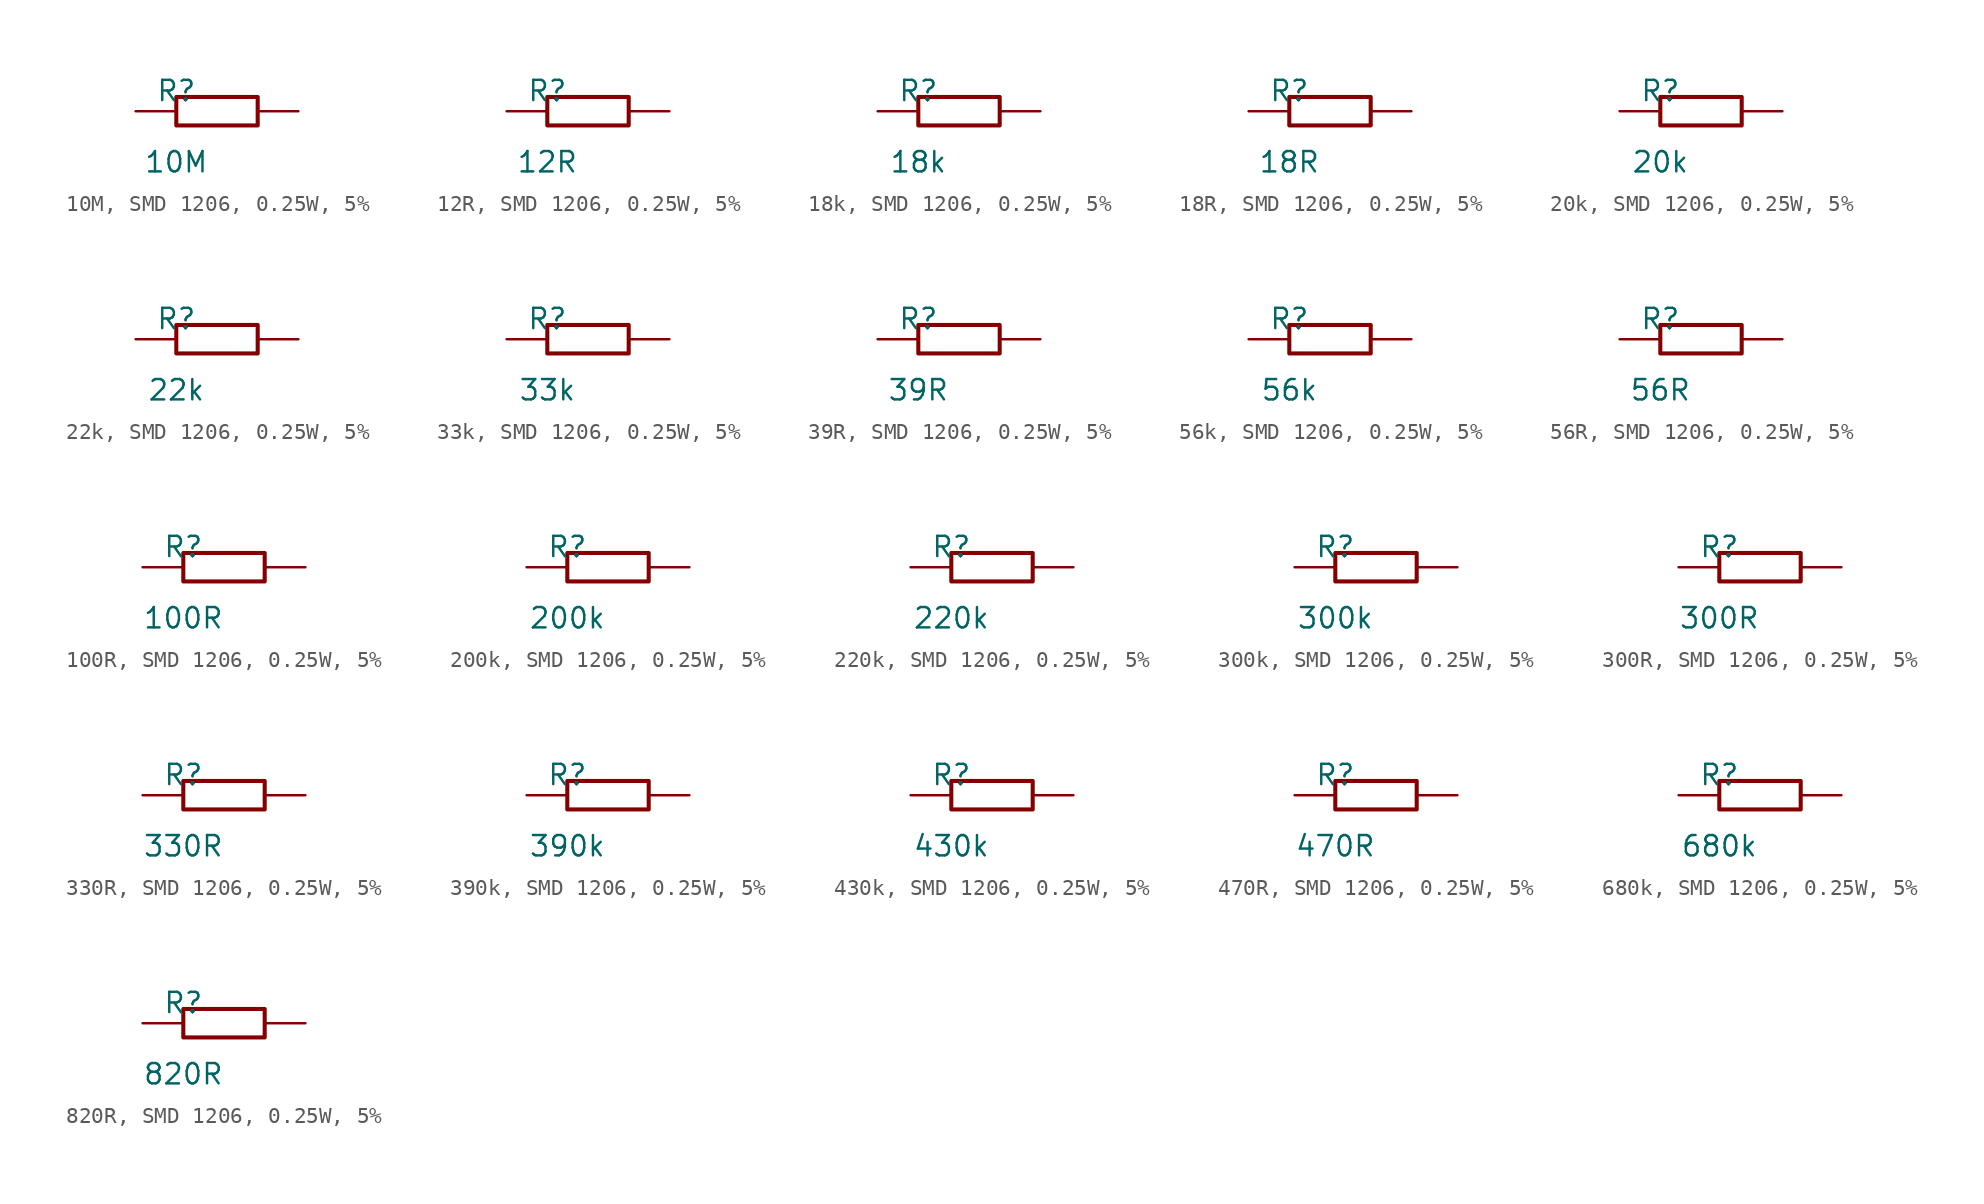
<source format=kicad_sym>
(kicad_symbol_lib
  (version 20241209)
  (generator "kicad_symbol_editor")
  (generator_version "9.0")
  (symbol "10M, SMD 1206, 0.25W, 5%"
    (pin_numbers
      (hide yes))
    (pin_names
      (offset 0)
      (hide yes))
    (property "Reference" "R"
      (at -2.54 1.27 0)
      (effects (font (size 1.27 1.27))))
    (property "Value" "10M"
      (at -2.54 -3.175 0)
      (effects (font (size 1.27 1.27))))
    (symbol "10M, SMD 1206, 0.25W, 5%_0_1"
      (rectangle (start -2.54 0.889) (end 2.54 -0.889) (stroke (width 0.254) (type default)) (fill (type none))))
    (symbol "10M, SMD 1206, 0.25W, 5%_1_1"
      (pin passive line (at -5.08 0 0) (length 2.54) (name "1" (effects (font (size 1.27 1.27)))) (number "1" (effects (font (size 1.27 1.27)))))
      (pin passive line (at 5.08 0 180) (length 2.54) (name "2" (effects (font (size 1.27 1.27)))) (number "2" (effects (font (size 1.27 1.27)))))))
  (symbol "12R, SMD 1206, 0.25W, 5%"
    (pin_numbers
      (hide yes))
    (pin_names
      (offset 0)
      (hide yes))
    (property "Reference" "R"
      (at -2.54 1.27 0)
      (effects (font (size 1.27 1.27))))
    (property "Value" "12R"
      (at -2.54 -3.175 0)
      (effects (font (size 1.27 1.27))))
    (symbol "12R, SMD 1206, 0.25W, 5%_0_1"
      (rectangle (start -2.54 0.889) (end 2.54 -0.889) (stroke (width 0.254) (type default)) (fill (type none))))
    (symbol "12R, SMD 1206, 0.25W, 5%_1_1"
      (pin passive line (at -5.08 0 0) (length 2.54) (name "1" (effects (font (size 1.27 1.27)))) (number "1" (effects (font (size 1.27 1.27)))))
      (pin passive line (at 5.08 0 180) (length 2.54) (name "2" (effects (font (size 1.27 1.27)))) (number "2" (effects (font (size 1.27 1.27)))))))
  (symbol "18k, SMD 1206, 0.25W, 5%"
    (pin_numbers
      (hide yes))
    (pin_names
      (offset 0)
      (hide yes))
    (property "Reference" "R"
      (at -2.54 1.27 0)
      (effects (font (size 1.27 1.27))))
    (property "Value" "18k"
      (at -2.54 -3.175 0)
      (effects (font (size 1.27 1.27))))
    (symbol "18k, SMD 1206, 0.25W, 5%_0_1"
      (rectangle (start -2.54 0.889) (end 2.54 -0.889) (stroke (width 0.254) (type default)) (fill (type none))))
    (symbol "18k, SMD 1206, 0.25W, 5%_1_1"
      (pin passive line (at -5.08 0 0) (length 2.54) (name "1" (effects (font (size 1.27 1.27)))) (number "1" (effects (font (size 1.27 1.27)))))
      (pin passive line (at 5.08 0 180) (length 2.54) (name "2" (effects (font (size 1.27 1.27)))) (number "2" (effects (font (size 1.27 1.27)))))))
  (symbol "18R, SMD 1206, 0.25W, 5%"
    (pin_numbers
      (hide yes))
    (pin_names
      (offset 0)
      (hide yes))
    (property "Reference" "R"
      (at -2.54 1.27 0)
      (effects (font (size 1.27 1.27))))
    (property "Value" "18R"
      (at -2.54 -3.175 0)
      (effects (font (size 1.27 1.27))))
    (symbol "18R, SMD 1206, 0.25W, 5%_0_1"
      (rectangle (start -2.54 0.889) (end 2.54 -0.889) (stroke (width 0.254) (type default)) (fill (type none))))
    (symbol "18R, SMD 1206, 0.25W, 5%_1_1"
      (pin passive line (at -5.08 0 0) (length 2.54) (name "1" (effects (font (size 1.27 1.27)))) (number "1" (effects (font (size 1.27 1.27)))))
      (pin passive line (at 5.08 0 180) (length 2.54) (name "2" (effects (font (size 1.27 1.27)))) (number "2" (effects (font (size 1.27 1.27)))))))
  (symbol "20k, SMD 1206, 0.25W, 5%"
    (pin_numbers
      (hide yes))
    (pin_names
      (offset 0)
      (hide yes))
    (property "Reference" "R"
      (at -2.54 1.27 0)
      (effects (font (size 1.27 1.27))))
    (property "Value" "20k"
      (at -2.54 -3.175 0)
      (effects (font (size 1.27 1.27))))
    (symbol "20k, SMD 1206, 0.25W, 5%_0_1"
      (rectangle (start -2.54 0.889) (end 2.54 -0.889) (stroke (width 0.254) (type default)) (fill (type none))))
    (symbol "20k, SMD 1206, 0.25W, 5%_1_1"
      (pin passive line (at -5.08 0 0) (length 2.54) (name "1" (effects (font (size 1.27 1.27)))) (number "1" (effects (font (size 1.27 1.27)))))
      (pin passive line (at 5.08 0 180) (length 2.54) (name "2" (effects (font (size 1.27 1.27)))) (number "2" (effects (font (size 1.27 1.27)))))))
  (symbol "22k, SMD 1206, 0.25W, 5%"
    (pin_numbers
      (hide yes))
    (pin_names
      (offset 0)
      (hide yes))
    (property "Reference" "R"
      (at -2.54 1.27 0)
      (effects (font (size 1.27 1.27))))
    (property "Value" "22k"
      (at -2.54 -3.175 0)
      (effects (font (size 1.27 1.27))))
    (symbol "22k, SMD 1206, 0.25W, 5%_0_1"
      (rectangle (start -2.54 0.889) (end 2.54 -0.889) (stroke (width 0.254) (type default)) (fill (type none))))
    (symbol "22k, SMD 1206, 0.25W, 5%_1_1"
      (pin passive line (at -5.08 0 0) (length 2.54) (name "1" (effects (font (size 1.27 1.27)))) (number "1" (effects (font (size 1.27 1.27)))))
      (pin passive line (at 5.08 0 180) (length 2.54) (name "2" (effects (font (size 1.27 1.27)))) (number "2" (effects (font (size 1.27 1.27)))))))
  (symbol "33k, SMD 1206, 0.25W, 5%"
    (pin_numbers
      (hide yes))
    (pin_names
      (offset 0)
      (hide yes))
    (property "Reference" "R"
      (at -2.54 1.27 0)
      (effects (font (size 1.27 1.27))))
    (property "Value" "33k"
      (at -2.54 -3.175 0)
      (effects (font (size 1.27 1.27))))
    (symbol "33k, SMD 1206, 0.25W, 5%_0_1"
      (rectangle (start -2.54 0.889) (end 2.54 -0.889) (stroke (width 0.254) (type default)) (fill (type none))))
    (symbol "33k, SMD 1206, 0.25W, 5%_1_1"
      (pin passive line (at -5.08 0 0) (length 2.54) (name "1" (effects (font (size 1.27 1.27)))) (number "1" (effects (font (size 1.27 1.27)))))
      (pin passive line (at 5.08 0 180) (length 2.54) (name "2" (effects (font (size 1.27 1.27)))) (number "2" (effects (font (size 1.27 1.27)))))))
  (symbol "39R, SMD 1206, 0.25W, 5%"
    (pin_numbers
      (hide yes))
    (pin_names
      (offset 0)
      (hide yes))
    (property "Reference" "R"
      (at -2.54 1.27 0)
      (effects (font (size 1.27 1.27))))
    (property "Value" "39R"
      (at -2.54 -3.175 0)
      (effects (font (size 1.27 1.27))))
    (symbol "39R, SMD 1206, 0.25W, 5%_0_1"
      (rectangle (start -2.54 0.889) (end 2.54 -0.889) (stroke (width 0.254) (type default)) (fill (type none))))
    (symbol "39R, SMD 1206, 0.25W, 5%_1_1"
      (pin passive line (at -5.08 0 0) (length 2.54) (name "1" (effects (font (size 1.27 1.27)))) (number "1" (effects (font (size 1.27 1.27)))))
      (pin passive line (at 5.08 0 180) (length 2.54) (name "2" (effects (font (size 1.27 1.27)))) (number "2" (effects (font (size 1.27 1.27)))))))
  (symbol "56k, SMD 1206, 0.25W, 5%"
    (pin_numbers
      (hide yes))
    (pin_names
      (offset 0)
      (hide yes))
    (property "Reference" "R"
      (at -2.54 1.27 0)
      (effects (font (size 1.27 1.27))))
    (property "Value" "56k"
      (at -2.54 -3.175 0)
      (effects (font (size 1.27 1.27))))
    (symbol "56k, SMD 1206, 0.25W, 5%_0_1"
      (rectangle (start -2.54 0.889) (end 2.54 -0.889) (stroke (width 0.254) (type default)) (fill (type none))))
    (symbol "56k, SMD 1206, 0.25W, 5%_1_1"
      (pin passive line (at -5.08 0 0) (length 2.54) (name "1" (effects (font (size 1.27 1.27)))) (number "1" (effects (font (size 1.27 1.27)))))
      (pin passive line (at 5.08 0 180) (length 2.54) (name "2" (effects (font (size 1.27 1.27)))) (number "2" (effects (font (size 1.27 1.27)))))))
  (symbol "56R, SMD 1206, 0.25W, 5%"
    (pin_numbers
      (hide yes))
    (pin_names
      (offset 0)
      (hide yes))
    (property "Reference" "R"
      (at -2.54 1.27 0)
      (effects (font (size 1.27 1.27))))
    (property "Value" "56R"
      (at -2.54 -3.175 0)
      (effects (font (size 1.27 1.27))))
    (symbol "56R, SMD 1206, 0.25W, 5%_0_1"
      (rectangle (start -2.54 0.889) (end 2.54 -0.889) (stroke (width 0.254) (type default)) (fill (type none))))
    (symbol "56R, SMD 1206, 0.25W, 5%_1_1"
      (pin passive line (at -5.08 0 0) (length 2.54) (name "1" (effects (font (size 1.27 1.27)))) (number "1" (effects (font (size 1.27 1.27)))))
      (pin passive line (at 5.08 0 180) (length 2.54) (name "2" (effects (font (size 1.27 1.27)))) (number "2" (effects (font (size 1.27 1.27)))))))
  (symbol "100R, SMD 1206, 0.25W, 5%"
    (pin_numbers
      (hide yes))
    (pin_names
      (offset 0)
      (hide yes))
    (property "Reference" "R"
      (at -2.54 1.27 0)
      (effects (font (size 1.27 1.27))))
    (property "Value" "100R"
      (at -2.54 -3.175 0)
      (effects (font (size 1.27 1.27))))
    (symbol "100R, SMD 1206, 0.25W, 5%_0_1"
      (rectangle (start -2.54 0.889) (end 2.54 -0.889) (stroke (width 0.254) (type default)) (fill (type none))))
    (symbol "100R, SMD 1206, 0.25W, 5%_1_1"
      (pin passive line (at -5.08 0 0) (length 2.54) (name "1" (effects (font (size 1.27 1.27)))) (number "1" (effects (font (size 1.27 1.27)))))
      (pin passive line (at 5.08 0 180) (length 2.54) (name "2" (effects (font (size 1.27 1.27)))) (number "2" (effects (font (size 1.27 1.27)))))))
  (symbol "200k, SMD 1206, 0.25W, 5%"
    (pin_numbers
      (hide yes))
    (pin_names
      (offset 0)
      (hide yes))
    (property "Reference" "R"
      (at -2.54 1.27 0)
      (effects (font (size 1.27 1.27))))
    (property "Value" "200k"
      (at -2.54 -3.175 0)
      (effects (font (size 1.27 1.27))))
    (symbol "200k, SMD 1206, 0.25W, 5%_0_1"
      (rectangle (start -2.54 0.889) (end 2.54 -0.889) (stroke (width 0.254) (type default)) (fill (type none))))
    (symbol "200k, SMD 1206, 0.25W, 5%_1_1"
      (pin passive line (at -5.08 0 0) (length 2.54) (name "1" (effects (font (size 1.27 1.27)))) (number "1" (effects (font (size 1.27 1.27)))))
      (pin passive line (at 5.08 0 180) (length 2.54) (name "2" (effects (font (size 1.27 1.27)))) (number "2" (effects (font (size 1.27 1.27)))))))
  (symbol "220k, SMD 1206, 0.25W, 5%"
    (pin_numbers
      (hide yes))
    (pin_names
      (offset 0)
      (hide yes))
    (property "Reference" "R"
      (at -2.54 1.27 0)
      (effects (font (size 1.27 1.27))))
    (property "Value" "220k"
      (at -2.54 -3.175 0)
      (effects (font (size 1.27 1.27))))
    (symbol "220k, SMD 1206, 0.25W, 5%_0_1"
      (rectangle (start -2.54 0.889) (end 2.54 -0.889) (stroke (width 0.254) (type default)) (fill (type none))))
    (symbol "220k, SMD 1206, 0.25W, 5%_1_1"
      (pin passive line (at -5.08 0 0) (length 2.54) (name "1" (effects (font (size 1.27 1.27)))) (number "1" (effects (font (size 1.27 1.27)))))
      (pin passive line (at 5.08 0 180) (length 2.54) (name "2" (effects (font (size 1.27 1.27)))) (number "2" (effects (font (size 1.27 1.27)))))))
  (symbol "300k, SMD 1206, 0.25W, 5%"
    (pin_numbers
      (hide yes))
    (pin_names
      (offset 0)
      (hide yes))
    (property "Reference" "R"
      (at -2.54 1.27 0)
      (effects (font (size 1.27 1.27))))
    (property "Value" "300k"
      (at -2.54 -3.175 0)
      (effects (font (size 1.27 1.27))))
    (symbol "300k, SMD 1206, 0.25W, 5%_0_1"
      (rectangle (start -2.54 0.889) (end 2.54 -0.889) (stroke (width 0.254) (type default)) (fill (type none))))
    (symbol "300k, SMD 1206, 0.25W, 5%_1_1"
      (pin passive line (at -5.08 0 0) (length 2.54) (name "1" (effects (font (size 1.27 1.27)))) (number "1" (effects (font (size 1.27 1.27)))))
      (pin passive line (at 5.08 0 180) (length 2.54) (name "2" (effects (font (size 1.27 1.27)))) (number "2" (effects (font (size 1.27 1.27)))))))
  (symbol "300R, SMD 1206, 0.25W, 5%"
    (pin_numbers
      (hide yes))
    (pin_names
      (offset 0)
      (hide yes))
    (property "Reference" "R"
      (at -2.54 1.27 0)
      (effects (font (size 1.27 1.27))))
    (property "Value" "300R"
      (at -2.54 -3.175 0)
      (effects (font (size 1.27 1.27))))
    (symbol "300R, SMD 1206, 0.25W, 5%_0_1"
      (rectangle (start -2.54 0.889) (end 2.54 -0.889) (stroke (width 0.254) (type default)) (fill (type none))))
    (symbol "300R, SMD 1206, 0.25W, 5%_1_1"
      (pin passive line (at -5.08 0 0) (length 2.54) (name "1" (effects (font (size 1.27 1.27)))) (number "1" (effects (font (size 1.27 1.27)))))
      (pin passive line (at 5.08 0 180) (length 2.54) (name "2" (effects (font (size 1.27 1.27)))) (number "2" (effects (font (size 1.27 1.27)))))))
  (symbol "330R, SMD 1206, 0.25W, 5%"
    (pin_numbers
      (hide yes))
    (pin_names
      (offset 0)
      (hide yes))
    (property "Reference" "R"
      (at -2.54 1.27 0)
      (effects (font (size 1.27 1.27))))
    (property "Value" "330R"
      (at -2.54 -3.175 0)
      (effects (font (size 1.27 1.27))))
    (symbol "330R, SMD 1206, 0.25W, 5%_0_1"
      (rectangle (start -2.54 0.889) (end 2.54 -0.889) (stroke (width 0.254) (type default)) (fill (type none))))
    (symbol "330R, SMD 1206, 0.25W, 5%_1_1"
      (pin passive line (at -5.08 0 0) (length 2.54) (name "1" (effects (font (size 1.27 1.27)))) (number "1" (effects (font (size 1.27 1.27)))))
      (pin passive line (at 5.08 0 180) (length 2.54) (name "2" (effects (font (size 1.27 1.27)))) (number "2" (effects (font (size 1.27 1.27)))))))
  (symbol "390k, SMD 1206, 0.25W, 5%"
    (pin_numbers
      (hide yes))
    (pin_names
      (offset 0)
      (hide yes))
    (property "Reference" "R"
      (at -2.54 1.27 0)
      (effects (font (size 1.27 1.27))))
    (property "Value" "390k"
      (at -2.54 -3.175 0)
      (effects (font (size 1.27 1.27))))
    (symbol "390k, SMD 1206, 0.25W, 5%_0_1"
      (rectangle (start -2.54 0.889) (end 2.54 -0.889) (stroke (width 0.254) (type default)) (fill (type none))))
    (symbol "390k, SMD 1206, 0.25W, 5%_1_1"
      (pin passive line (at -5.08 0 0) (length 2.54) (name "1" (effects (font (size 1.27 1.27)))) (number "1" (effects (font (size 1.27 1.27)))))
      (pin passive line (at 5.08 0 180) (length 2.54) (name "2" (effects (font (size 1.27 1.27)))) (number "2" (effects (font (size 1.27 1.27)))))))
  (symbol "430k, SMD 1206, 0.25W, 5%"
    (pin_numbers
      (hide yes))
    (pin_names
      (offset 0)
      (hide yes))
    (property "Reference" "R"
      (at -2.54 1.27 0)
      (effects (font (size 1.27 1.27))))
    (property "Value" "430k"
      (at -2.54 -3.175 0)
      (effects (font (size 1.27 1.27))))
    (symbol "430k, SMD 1206, 0.25W, 5%_0_1"
      (rectangle (start -2.54 0.889) (end 2.54 -0.889) (stroke (width 0.254) (type default)) (fill (type none))))
    (symbol "430k, SMD 1206, 0.25W, 5%_1_1"
      (pin passive line (at -5.08 0 0) (length 2.54) (name "1" (effects (font (size 1.27 1.27)))) (number "1" (effects (font (size 1.27 1.27)))))
      (pin passive line (at 5.08 0 180) (length 2.54) (name "2" (effects (font (size 1.27 1.27)))) (number "2" (effects (font (size 1.27 1.27)))))))
  (symbol "470R, SMD 1206, 0.25W, 5%"
    (pin_numbers
      (hide yes))
    (pin_names
      (offset 0)
      (hide yes))
    (property "Reference" "R"
      (at -2.54 1.27 0)
      (effects (font (size 1.27 1.27))))
    (property "Value" "470R"
      (at -2.54 -3.175 0)
      (effects (font (size 1.27 1.27))))
    (symbol "470R, SMD 1206, 0.25W, 5%_0_1"
      (rectangle (start -2.54 0.889) (end 2.54 -0.889) (stroke (width 0.254) (type default)) (fill (type none))))
    (symbol "470R, SMD 1206, 0.25W, 5%_1_1"
      (pin passive line (at -5.08 0 0) (length 2.54) (name "1" (effects (font (size 1.27 1.27)))) (number "1" (effects (font (size 1.27 1.27)))))
      (pin passive line (at 5.08 0 180) (length 2.54) (name "2" (effects (font (size 1.27 1.27)))) (number "2" (effects (font (size 1.27 1.27)))))))
  (symbol "680k, SMD 1206, 0.25W, 5%"
    (pin_numbers
      (hide yes))
    (pin_names
      (offset 0)
      (hide yes))
    (property "Reference" "R"
      (at -2.54 1.27 0)
      (effects (font (size 1.27 1.27))))
    (property "Value" "680k"
      (at -2.54 -3.175 0)
      (effects (font (size 1.27 1.27))))
    (symbol "680k, SMD 1206, 0.25W, 5%_0_1"
      (rectangle (start -2.54 0.889) (end 2.54 -0.889) (stroke (width 0.254) (type default)) (fill (type none))))
    (symbol "680k, SMD 1206, 0.25W, 5%_1_1"
      (pin passive line (at -5.08 0 0) (length 2.54) (name "1" (effects (font (size 1.27 1.27)))) (number "1" (effects (font (size 1.27 1.27)))))
      (pin passive line (at 5.08 0 180) (length 2.54) (name "2" (effects (font (size 1.27 1.27)))) (number "2" (effects (font (size 1.27 1.27)))))))
  (symbol "820R, SMD 1206, 0.25W, 5%"
    (pin_numbers
      (hide yes))
    (pin_names
      (offset 0)
      (hide yes))
    (property "Reference" "R"
      (at -2.54 1.27 0)
      (effects (font (size 1.27 1.27))))
    (property "Value" "820R"
      (at -2.54 -3.175 0)
      (effects (font (size 1.27 1.27))))
    (symbol "820R, SMD 1206, 0.25W, 5%_0_1"
      (rectangle (start -2.54 0.889) (end 2.54 -0.889) (stroke (width 0.254) (type default)) (fill (type none))))
    (symbol "820R, SMD 1206, 0.25W, 5%_1_1"
      (pin passive line (at -5.08 0 0) (length 2.54) (name "1" (effects (font (size 1.27 1.27)))) (number "1" (effects (font (size 1.27 1.27)))))
      (pin passive line (at 5.08 0 180) (length 2.54) (name "2" (effects (font (size 1.27 1.27)))) (number "2" (effects (font (size 1.27 1.27))))))))
</source>
